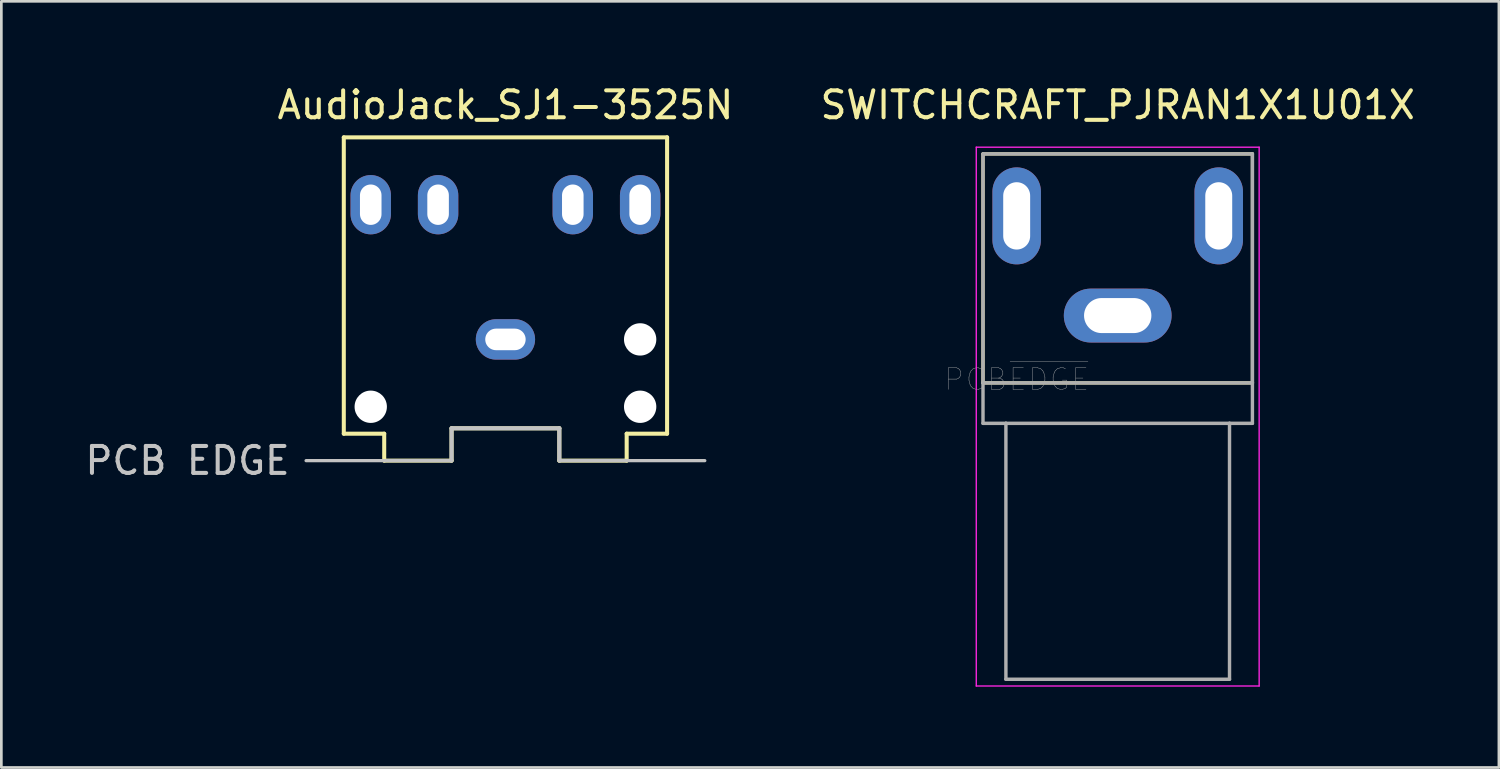
<source format=kicad_pcb>
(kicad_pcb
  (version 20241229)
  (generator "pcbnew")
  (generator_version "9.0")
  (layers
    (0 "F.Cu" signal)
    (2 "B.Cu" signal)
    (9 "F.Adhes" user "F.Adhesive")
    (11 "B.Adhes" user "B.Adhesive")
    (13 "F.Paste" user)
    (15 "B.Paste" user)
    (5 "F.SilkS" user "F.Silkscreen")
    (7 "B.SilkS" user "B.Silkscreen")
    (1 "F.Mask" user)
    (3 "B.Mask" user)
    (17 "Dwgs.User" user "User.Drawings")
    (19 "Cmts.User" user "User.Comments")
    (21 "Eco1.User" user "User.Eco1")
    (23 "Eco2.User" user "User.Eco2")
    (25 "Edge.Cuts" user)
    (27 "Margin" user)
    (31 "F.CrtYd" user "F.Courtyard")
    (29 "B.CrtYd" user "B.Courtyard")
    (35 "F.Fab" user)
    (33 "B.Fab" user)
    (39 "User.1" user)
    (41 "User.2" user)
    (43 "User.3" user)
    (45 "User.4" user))
  (footprint "AudioJack_SJ1-3525N"
    (layer "F.Cu")
    (at 15.711 9.548)
    (property "Reference" "AudioJack_SJ1-3525N" (at 0 -8.7 0) (layer "F.SilkS") (effects (font (size 1 1) (thickness 0.15))))
    (attr through_hole)
    (fp_line (start -6 -7.5) (end 6 -7.5) (stroke (width 0.15) (type solid)) (layer "F.SilkS"))
    (fp_line (start -6 3.5) (end -6 -7.5) (stroke (width 0.15) (type solid)) (layer "F.SilkS"))
    (fp_line (start -4.5 3.5) (end -6 3.5) (stroke (width 0.15) (type solid)) (layer "F.SilkS"))
    (fp_line (start -4.5 4.5) (end -4.5 3.5) (stroke (width 0.15) (type solid)) (layer "F.SilkS"))
    (fp_line (start -4.5 4.5) (end -2 4.5) (stroke (width 0.15) (type solid)) (layer "F.SilkS"))
    (fp_line (start -2 3.3) (end 2 3.3) (stroke (width 0.15) (type solid)) (layer "F.SilkS"))
    (fp_line (start -2 4.5) (end -2 3.3) (stroke (width 0.15) (type solid)) (layer "F.SilkS"))
    (fp_line (start 2 3.3) (end 2 4.5) (stroke (width 0.15) (type solid)) (layer "F.SilkS"))
    (fp_line (start 2 4.5) (end 4.5 4.5) (stroke (width 0.15) (type solid)) (layer "F.SilkS"))
    (fp_line (start 4.5 4.5) (end 4.5 3.5) (stroke (width 0.15) (type solid)) (layer "F.SilkS"))
    (fp_line (start 6 3.5) (end 4.5 3.5) (stroke (width 0.15) (type solid)) (layer "F.SilkS"))
    (fp_line (start 6 3.5) (end 6 -7.5) (stroke (width 0.15) (type solid)) (layer "F.SilkS"))
    (fp_line (start -2 3.3) (end 2 3.3) (stroke (width 0.15) (type solid)) (layer "Dwgs.User"))
    (fp_line (start -2 4.5) (end -7.4 4.5) (stroke (width 0.12) (type solid)) (layer "Dwgs.User"))
    (fp_line (start -2 4.5) (end -2 3.3) (stroke (width 0.15) (type solid)) (layer "Dwgs.User"))
    (fp_line (start 2 3.3) (end 2 4.5) (stroke (width 0.15) (type solid)) (layer "Dwgs.User"))
    (fp_line (start 2 4.5) (end 7.4 4.5) (stroke (width 0.12) (type solid)) (layer "Dwgs.User"))
    (fp_text user "PCB EDGE" (at -11.8 4.5 0) (layer "Dwgs.User") (effects (font (size 1 1) (thickness 0.15))))
    (pad "" np_thru_hole circle (at -5 2.5) (size 1.2 1.2) (drill 1.2) (layers "*.Cu" "*.Mask"))
    (pad "" np_thru_hole circle (at 5 0) (size 1.2 1.2) (drill 1.2) (layers "*.Cu" "*.Mask"))
    (pad "" np_thru_hole circle (at 5 2.5) (size 1.2 1.2) (drill 1.2) (layers "*.Cu" "*.Mask"))
    (pad "R" thru_hole oval (at -5 -5) (size 1.5 2.2) (drill oval 0.8 1.5) (layers "*.Cu" "*.Mask"))
    (pad "RN" thru_hole oval (at -2.5 -5) (size 1.5 2.2) (drill oval 0.8 1.5) (layers "*.Cu" "*.Mask"))
    (pad "S" thru_hole oval (at 0 0) (size 2.2 1.5) (drill oval 1.5 0.8) (layers "*.Cu" "*.Mask"))
    (pad "T" thru_hole oval (at 5 -5) (size 1.5 2.2) (drill oval 0.8 1.5) (layers "*.Cu" "*.Mask"))
    (pad "TN" thru_hole oval (at 2.5 -5) (size 1.5 2.2) (drill oval 0.8 1.5) (layers "*.Cu" "*.Mask")))
  (footprint "SWITCHCRAFT_PJRAN1X1U01X"
    (layer "F.Cu")
    (at 38.437 8.663)
    (property "Reference" "SWITCHCRAFT_PJRAN1X1U01X" (at 0 -7.815 0) (layer "F.SilkS") (effects (font (size 1 1) (thickness 0.15))))
    (attr through_hole)
    (fp_line (start -5 -6) (end -5 2.5) (stroke (width 0.12) (type solid)) (layer "F.SilkS"))
    (fp_line (start -5 2.5) (end 5 2.5) (stroke (width 0.12) (type solid)) (layer "F.SilkS"))
    (fp_line (start 5 -6) (end -5 -6) (stroke (width 0.12) (type solid)) (layer "F.SilkS"))
    (fp_line (start 5 2.5) (end 5 -6) (stroke (width 0.12) (type solid)) (layer "F.SilkS"))
    (fp_line (start -5.25 -6.25) (end -5.25 13.75) (stroke (width 0.05) (type solid)) (layer "F.CrtYd"))
    (fp_line (start -5.25 13.75) (end 5.25 13.75) (stroke (width 0.05) (type solid)) (layer "F.CrtYd"))
    (fp_line (start 5.25 -6.25) (end -5.25 -6.25) (stroke (width 0.05) (type solid)) (layer "F.CrtYd"))
    (fp_line (start 5.25 13.75) (end 5.25 -6.25) (stroke (width 0.05) (type solid)) (layer "F.CrtYd"))
    (fp_line (start -5 -6) (end -5 2.5) (stroke (width 0.127) (type solid)) (layer "F.Fab"))
    (fp_line (start -5 2.5) (end -5 4) (stroke (width 0.127) (type solid)) (layer "F.Fab"))
    (fp_line (start -5 2.5) (end 5 2.5) (stroke (width 0.127) (type solid)) (layer "F.Fab"))
    (fp_line (start -5 4) (end -4.15 4) (stroke (width 0.127) (type solid)) (layer "F.Fab"))
    (fp_line (start -4.15 4) (end -4.15 13.5) (stroke (width 0.127) (type solid)) (layer "F.Fab"))
    (fp_line (start -4.15 4) (end 4.15 4) (stroke (width 0.127) (type solid)) (layer "F.Fab"))
    (fp_line (start -4.15 13.5) (end 4.15 13.5) (stroke (width 0.127) (type solid)) (layer "F.Fab"))
    (fp_line (start 4.15 4) (end 5 4) (stroke (width 0.127) (type solid)) (layer "F.Fab"))
    (fp_line (start 4.15 13.5) (end 4.15 4) (stroke (width 0.127) (type solid)) (layer "F.Fab"))
    (fp_line (start 5 -6) (end -5 -6) (stroke (width 0.127) (type solid)) (layer "F.Fab"))
    (fp_line (start 5 2.5) (end 5 -6) (stroke (width 0.127) (type solid)) (layer "F.Fab"))
    (fp_line (start 5 4) (end 5 2.5) (stroke (width 0.127) (type solid)) (layer "F.Fab"))
    (fp_text user "PCB~{EDGE}" (at -3.75 2.37 0) (layer "F.Fab") (effects (font (size 0.8 0.8) (thickness 0.015))))
    (pad "1" thru_hole oval (at 0 0) (size 4 2) (drill oval 2.5 1.3) (layers "*.Cu" "*.Mask"))
    (pad "2" thru_hole oval (at -3.75 -3.7) (size 1.8 3.6) (drill oval 1 2.5) (layers "*.Cu" "*.Mask"))
    (pad "3" thru_hole oval (at 3.75 -3.7) (size 1.8 3.6) (drill oval 1 2.5) (layers "*.Cu" "*.Mask")))
  (gr_rect
    (start -3 -3)
    (end 52.586 25.438)
    (stroke (width 0.1) (type default))
    (fill no)
    (layer "Edge.Cuts")))
</source>
